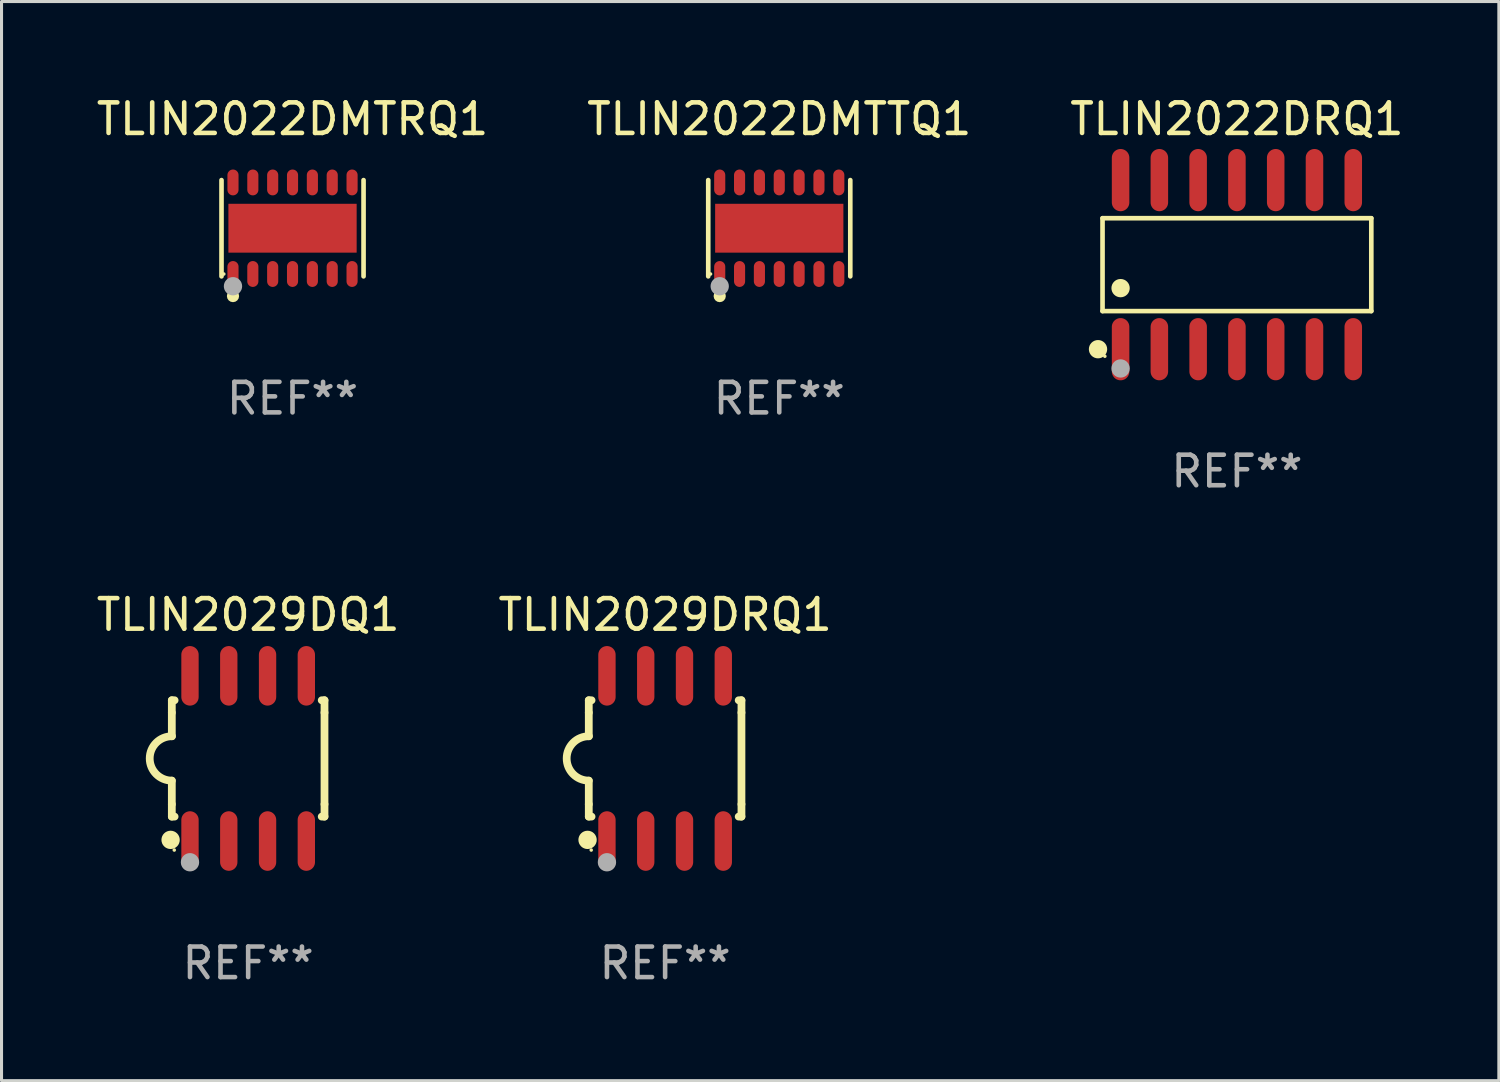
<source format=kicad_pcb>
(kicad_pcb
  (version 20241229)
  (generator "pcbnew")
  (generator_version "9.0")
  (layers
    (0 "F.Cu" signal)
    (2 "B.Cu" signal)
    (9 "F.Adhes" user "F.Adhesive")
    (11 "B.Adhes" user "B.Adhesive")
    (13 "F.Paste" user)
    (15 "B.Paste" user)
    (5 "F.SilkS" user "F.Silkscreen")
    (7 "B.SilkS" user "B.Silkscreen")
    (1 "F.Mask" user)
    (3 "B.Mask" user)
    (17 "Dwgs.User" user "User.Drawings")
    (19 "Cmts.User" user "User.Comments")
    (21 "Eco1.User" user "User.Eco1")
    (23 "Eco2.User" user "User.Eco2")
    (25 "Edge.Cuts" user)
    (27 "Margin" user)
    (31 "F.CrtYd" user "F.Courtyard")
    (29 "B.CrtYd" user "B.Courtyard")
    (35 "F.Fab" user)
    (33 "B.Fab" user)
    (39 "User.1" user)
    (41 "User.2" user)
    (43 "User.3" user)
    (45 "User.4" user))
  (footprint "TLIN2022DMTRQ1"
    (layer "F.Cu")
    (at 6.53 4.424)
    (property "Reference" "TLIN2022DMTRQ1" (at 0 -3.576 0) (layer "F.SilkS") (effects (font (size 1 1) (thickness 0.15))))
    (attr through_hole)
    (fp_line (start -2.326 1.576) (end -2.326 -1.576) (stroke (width 0.152) (type solid)) (layer "F.SilkS"))
    (fp_line (start 2.326 -1.576) (end 2.326 1.576) (stroke (width 0.152) (type solid)) (layer "F.SilkS"))
    (fp_circle (center -2.25 1.5) (end -2.22 1.5) (stroke (width 0.06) (type solid)) (fill no) (layer "F.SilkS"))
    (fp_circle (center -1.95 2.222) (end -1.85 2.222) (stroke (width 0.2) (type solid)) (fill no) (layer "F.SilkS"))
    (fp_circle (center -1.95 1.9) (end -1.8 1.9) (stroke (width 0.3) (type solid)) (fill no) (layer "F.Fab"))
    (fp_text user "REF**" (at 0 5.576 0) (layer "F.Fab") (effects (font (size 1 1) (thickness 0.15))))
    (pad "1" smd oval (at -1.95 1.499) (size 0.364 0.847) (layers "F.Cu" "F.Mask" "F.Paste"))
    (pad "2" smd oval (at -1.3 1.499) (size 0.364 0.847) (layers "F.Cu" "F.Mask" "F.Paste"))
    (pad "3" smd oval (at -0.65 1.499) (size 0.364 0.847) (layers "F.Cu" "F.Mask" "F.Paste"))
    (pad "4" smd oval (at 0 1.499) (size 0.364 0.847) (layers "F.Cu" "F.Mask" "F.Paste"))
    (pad "5" smd oval (at 0.65 1.499) (size 0.364 0.847) (layers "F.Cu" "F.Mask" "F.Paste"))
    (pad "6" smd oval (at 1.3 1.499) (size 0.364 0.847) (layers "F.Cu" "F.Mask" "F.Paste"))
    (pad "7" smd oval (at 1.95 1.499) (size 0.364 0.847) (layers "F.Cu" "F.Mask" "F.Paste"))
    (pad "8" smd oval (at 1.95 -1.499) (size 0.364 0.847) (layers "F.Cu" "F.Mask" "F.Paste"))
    (pad "9" smd oval (at 1.3 -1.499) (size 0.364 0.847) (layers "F.Cu" "F.Mask" "F.Paste"))
    (pad "10" smd oval (at 0.65 -1.499) (size 0.364 0.847) (layers "F.Cu" "F.Mask" "F.Paste"))
    (pad "11" smd oval (at 0 -1.499) (size 0.364 0.847) (layers "F.Cu" "F.Mask" "F.Paste"))
    (pad "12" smd oval (at -0.65 -1.499) (size 0.364 0.847) (layers "F.Cu" "F.Mask" "F.Paste"))
    (pad "13" smd oval (at -1.3 -1.499) (size 0.364 0.847) (layers "F.Cu" "F.Mask" "F.Paste"))
    (pad "14" smd oval (at -1.95 -1.499) (size 0.364 0.847) (layers "F.Cu" "F.Mask" "F.Paste"))
    (pad "15" smd rect (at 0 0) (size 4.2 1.6) (layers "F.Cu" "F.Mask" "F.Paste")))
  (footprint "TLIN2022DRQ1"
    (layer "F.Cu")
    (at 37.458 5.617)
    (property "Reference" "TLIN2022DRQ1" (at 0 -4.769 0) (layer "F.SilkS") (effects (font (size 1 1) (thickness 0.15))))
    (attr through_hole)
    (fp_line (start -4.401 -1.521) (end 4.401 -1.521) (stroke (width 0.152) (type solid)) (layer "F.SilkS"))
    (fp_line (start -4.401 1.521) (end -4.401 -1.521) (stroke (width 0.152) (type solid)) (layer "F.SilkS"))
    (fp_line (start 4.401 -1.521) (end 4.401 1.521) (stroke (width 0.152) (type solid)) (layer "F.SilkS"))
    (fp_line (start 4.401 1.521) (end -4.401 1.521) (stroke (width 0.152) (type solid)) (layer "F.SilkS"))
    (fp_circle (center -4.549 2.769) (end -4.399 2.769) (stroke (width 0.3) (type solid)) (fill no) (layer "F.SilkS"))
    (fp_circle (center -4.325 3) (end -4.295 3) (stroke (width 0.06) (type solid)) (fill no) (layer "F.SilkS"))
    (fp_circle (center -3.81 0.769) (end -3.66 0.769) (stroke (width 0.3) (type solid)) (fill no) (layer "F.SilkS"))
    (fp_circle (center -3.81 3.4) (end -3.66 3.4) (stroke (width 0.3) (type solid)) (fill no) (layer "F.Fab"))
    (fp_text user "REF**" (at 0 6.769 0) (layer "F.Fab") (effects (font (size 1 1) (thickness 0.15))))
    (pad "1" smd oval (at -3.81 2.769) (size 0.574 2.038) (layers "F.Cu" "F.Mask" "F.Paste"))
    (pad "2" smd oval (at -2.54 2.769) (size 0.574 2.038) (layers "F.Cu" "F.Mask" "F.Paste"))
    (pad "3" smd oval (at -1.27 2.769) (size 0.574 2.038) (layers "F.Cu" "F.Mask" "F.Paste"))
    (pad "4" smd oval (at 0 2.769) (size 0.574 2.038) (layers "F.Cu" "F.Mask" "F.Paste"))
    (pad "5" smd oval (at 1.27 2.769) (size 0.574 2.038) (layers "F.Cu" "F.Mask" "F.Paste"))
    (pad "6" smd oval (at 2.54 2.769) (size 0.574 2.038) (layers "F.Cu" "F.Mask" "F.Paste"))
    (pad "7" smd oval (at 3.81 2.769) (size 0.574 2.038) (layers "F.Cu" "F.Mask" "F.Paste"))
    (pad "8" smd oval (at 3.81 -2.769) (size 0.574 2.038) (layers "F.Cu" "F.Mask" "F.Paste"))
    (pad "9" smd oval (at 2.54 -2.769) (size 0.574 2.038) (layers "F.Cu" "F.Mask" "F.Paste"))
    (pad "10" smd oval (at 1.27 -2.769) (size 0.574 2.038) (layers "F.Cu" "F.Mask" "F.Paste"))
    (pad "11" smd oval (at 0 -2.769) (size 0.574 2.038) (layers "F.Cu" "F.Mask" "F.Paste"))
    (pad "12" smd oval (at -1.27 -2.769) (size 0.574 2.038) (layers "F.Cu" "F.Mask" "F.Paste"))
    (pad "13" smd oval (at -2.54 -2.769) (size 0.574 2.038) (layers "F.Cu" "F.Mask" "F.Paste"))
    (pad "14" smd oval (at -3.81 -2.769) (size 0.574 2.038) (layers "F.Cu" "F.Mask" "F.Paste")))
  (footprint "TLIN2022DMTTQ1"
    (layer "F.Cu")
    (at 22.47 4.424)
    (property "Reference" "TLIN2022DMTTQ1" (at 0 -3.576 0) (layer "F.SilkS") (effects (font (size 1 1) (thickness 0.15))))
    (attr through_hole)
    (fp_line (start -2.326 1.576) (end -2.326 -1.576) (stroke (width 0.152) (type solid)) (layer "F.SilkS"))
    (fp_line (start 2.326 -1.576) (end 2.326 1.576) (stroke (width 0.152) (type solid)) (layer "F.SilkS"))
    (fp_circle (center -2.25 1.5) (end -2.22 1.5) (stroke (width 0.06) (type solid)) (fill no) (layer "F.SilkS"))
    (fp_circle (center -1.95 2.222) (end -1.85 2.222) (stroke (width 0.2) (type solid)) (fill no) (layer "F.SilkS"))
    (fp_circle (center -1.95 1.9) (end -1.8 1.9) (stroke (width 0.3) (type solid)) (fill no) (layer "F.Fab"))
    (fp_text user "REF**" (at 0 5.576 0) (layer "F.Fab") (effects (font (size 1 1) (thickness 0.15))))
    (pad "1" smd oval (at -1.95 1.499) (size 0.364 0.847) (layers "F.Cu" "F.Mask" "F.Paste"))
    (pad "2" smd oval (at -1.3 1.499) (size 0.364 0.847) (layers "F.Cu" "F.Mask" "F.Paste"))
    (pad "3" smd oval (at -0.65 1.499) (size 0.364 0.847) (layers "F.Cu" "F.Mask" "F.Paste"))
    (pad "4" smd oval (at 0 1.499) (size 0.364 0.847) (layers "F.Cu" "F.Mask" "F.Paste"))
    (pad "5" smd oval (at 0.65 1.499) (size 0.364 0.847) (layers "F.Cu" "F.Mask" "F.Paste"))
    (pad "6" smd oval (at 1.3 1.499) (size 0.364 0.847) (layers "F.Cu" "F.Mask" "F.Paste"))
    (pad "7" smd oval (at 1.95 1.499) (size 0.364 0.847) (layers "F.Cu" "F.Mask" "F.Paste"))
    (pad "8" smd oval (at 1.95 -1.499) (size 0.364 0.847) (layers "F.Cu" "F.Mask" "F.Paste"))
    (pad "9" smd oval (at 1.3 -1.499) (size 0.364 0.847) (layers "F.Cu" "F.Mask" "F.Paste"))
    (pad "10" smd oval (at 0.65 -1.499) (size 0.364 0.847) (layers "F.Cu" "F.Mask" "F.Paste"))
    (pad "11" smd oval (at 0 -1.499) (size 0.364 0.847) (layers "F.Cu" "F.Mask" "F.Paste"))
    (pad "12" smd oval (at -0.65 -1.499) (size 0.364 0.847) (layers "F.Cu" "F.Mask" "F.Paste"))
    (pad "13" smd oval (at -1.3 -1.499) (size 0.364 0.847) (layers "F.Cu" "F.Mask" "F.Paste"))
    (pad "14" smd oval (at -1.95 -1.499) (size 0.364 0.847) (layers "F.Cu" "F.Mask" "F.Paste"))
    (pad "15" smd rect (at 0 0) (size 4.2 1.6) (layers "F.Cu" "F.Mask" "F.Paste")))
  (footprint "TLIN2029DQ1"
    (layer "F.Cu")
    (at 5.077 21.788)
    (property "Reference" "TLIN2029DQ1" (at 0 -4.705 0) (layer "F.SilkS") (effects (font (size 1 1) (thickness 0.15))))
    (attr through_hole)
    (fp_line (start -2.5 -1.905) (end -2.409 -1.905) (stroke (width 0.254) (type solid)) (layer "F.SilkS"))
    (fp_line (start -2.5 -1.5) (end -2.5 -1.905) (stroke (width 0.254) (type solid)) (layer "F.SilkS"))
    (fp_line (start -2.5 -1.5) (end -2.5 -0.726) (stroke (width 0.254) (type solid)) (layer "F.SilkS"))
    (fp_line (start -2.5 1.5) (end -2.5 0.727) (stroke (width 0.254) (type solid)) (layer "F.SilkS"))
    (fp_line (start -2.5 1.5) (end -2.5 1.905) (stroke (width 0.254) (type solid)) (layer "F.SilkS"))
    (fp_line (start -2.5 1.905) (end -2.409 1.905) (stroke (width 0.254) (type solid)) (layer "F.SilkS"))
    (fp_line (start 2.5 -1.905) (end 2.409 -1.905) (stroke (width 0.254) (type solid)) (layer "F.SilkS"))
    (fp_line (start 2.5 -1.5) (end 2.5 -1.905) (stroke (width 0.254) (type solid)) (layer "F.SilkS"))
    (fp_line (start 2.5 -1.5) (end 2.5 1.5) (stroke (width 0.254) (type solid)) (layer "F.SilkS"))
    (fp_line (start 2.5 1.5) (end 2.5 1.905) (stroke (width 0.254) (type solid)) (layer "F.SilkS"))
    (fp_line (start 2.5 1.905) (end 2.409 1.905) (stroke (width 0.254) (type solid)) (layer "F.SilkS"))
    (fp_arc (start -2.5 0.726568) (mid -3.220316 -0.0023) (end -2.495097 -0.726289) (stroke (width 0.254001) (type solid)) (layer "F.SilkS"))
    (fp_circle (center -2.54 2.667) (end -2.39 2.667) (stroke (width 0.3) (type solid)) (fill no) (layer "F.SilkS"))
    (fp_circle (center -2.42 3) (end -2.39 3) (stroke (width 0.06) (type solid)) (fill no) (layer "F.SilkS"))
    (fp_circle (center -1.905 3.4) (end -1.755 3.4) (stroke (width 0.3) (type solid)) (fill no) (layer "F.Fab"))
    (fp_text user "REF**" (at 0 6.705 0) (layer "F.Fab") (effects (font (size 1 1) (thickness 0.15))))
    (pad "1" smd oval (at -1.905 2.705) (size 0.568 1.95) (layers "F.Cu" "F.Mask" "F.Paste"))
    (pad "2" smd oval (at -0.635 2.705) (size 0.568 1.95) (layers "F.Cu" "F.Mask" "F.Paste"))
    (pad "3" smd oval (at 0.635 2.705) (size 0.568 1.95) (layers "F.Cu" "F.Mask" "F.Paste"))
    (pad "4" smd oval (at 1.905 2.705) (size 0.568 1.95) (layers "F.Cu" "F.Mask" "F.Paste"))
    (pad "5" smd oval (at 1.905 -2.705) (size 0.568 1.95) (layers "F.Cu" "F.Mask" "F.Paste"))
    (pad "6" smd oval (at 0.635 -2.705) (size 0.568 1.95) (layers "F.Cu" "F.Mask" "F.Paste"))
    (pad "7" smd oval (at -0.635 -2.705) (size 0.568 1.95) (layers "F.Cu" "F.Mask" "F.Paste"))
    (pad "8" smd oval (at -1.905 -2.705) (size 0.568 1.95) (layers "F.Cu" "F.Mask" "F.Paste")))
  (footprint "TLIN2029DRQ1"
    (layer "F.Cu")
    (at 18.732 21.788)
    (property "Reference" "TLIN2029DRQ1" (at 0 -4.705 0) (layer "F.SilkS") (effects (font (size 1 1) (thickness 0.15))))
    (attr through_hole)
    (fp_line (start -2.5 -1.905) (end -2.409 -1.905) (stroke (width 0.254) (type solid)) (layer "F.SilkS"))
    (fp_line (start -2.5 -1.5) (end -2.5 -1.905) (stroke (width 0.254) (type solid)) (layer "F.SilkS"))
    (fp_line (start -2.5 -1.5) (end -2.5 -0.726) (stroke (width 0.254) (type solid)) (layer "F.SilkS"))
    (fp_line (start -2.5 1.5) (end -2.5 0.727) (stroke (width 0.254) (type solid)) (layer "F.SilkS"))
    (fp_line (start -2.5 1.5) (end -2.5 1.905) (stroke (width 0.254) (type solid)) (layer "F.SilkS"))
    (fp_line (start -2.5 1.905) (end -2.409 1.905) (stroke (width 0.254) (type solid)) (layer "F.SilkS"))
    (fp_line (start 2.5 -1.905) (end 2.409 -1.905) (stroke (width 0.254) (type solid)) (layer "F.SilkS"))
    (fp_line (start 2.5 -1.5) (end 2.5 -1.905) (stroke (width 0.254) (type solid)) (layer "F.SilkS"))
    (fp_line (start 2.5 -1.5) (end 2.5 1.5) (stroke (width 0.254) (type solid)) (layer "F.SilkS"))
    (fp_line (start 2.5 1.5) (end 2.5 1.905) (stroke (width 0.254) (type solid)) (layer "F.SilkS"))
    (fp_line (start 2.5 1.905) (end 2.409 1.905) (stroke (width 0.254) (type solid)) (layer "F.SilkS"))
    (fp_arc (start -2.5 0.726568) (mid -3.220316 -0.0023) (end -2.495097 -0.726289) (stroke (width 0.254001) (type solid)) (layer "F.SilkS"))
    (fp_circle (center -2.54 2.667) (end -2.39 2.667) (stroke (width 0.3) (type solid)) (fill no) (layer "F.SilkS"))
    (fp_circle (center -2.42 3) (end -2.39 3) (stroke (width 0.06) (type solid)) (fill no) (layer "F.SilkS"))
    (fp_circle (center -1.905 3.4) (end -1.755 3.4) (stroke (width 0.3) (type solid)) (fill no) (layer "F.Fab"))
    (fp_text user "REF**" (at 0 6.705 0) (layer "F.Fab") (effects (font (size 1 1) (thickness 0.15))))
    (pad "1" smd oval (at -1.905 2.705) (size 0.568 1.95) (layers "F.Cu" "F.Mask" "F.Paste"))
    (pad "2" smd oval (at -0.635 2.705) (size 0.568 1.95) (layers "F.Cu" "F.Mask" "F.Paste"))
    (pad "3" smd oval (at 0.635 2.705) (size 0.568 1.95) (layers "F.Cu" "F.Mask" "F.Paste"))
    (pad "4" smd oval (at 1.905 2.705) (size 0.568 1.95) (layers "F.Cu" "F.Mask" "F.Paste"))
    (pad "5" smd oval (at 1.905 -2.705) (size 0.568 1.95) (layers "F.Cu" "F.Mask" "F.Paste"))
    (pad "6" smd oval (at 0.635 -2.705) (size 0.568 1.95) (layers "F.Cu" "F.Mask" "F.Paste"))
    (pad "7" smd oval (at -0.635 -2.705) (size 0.568 1.95) (layers "F.Cu" "F.Mask" "F.Paste"))
    (pad "8" smd oval (at -1.905 -2.705) (size 0.568 1.95) (layers "F.Cu" "F.Mask" "F.Paste")))
  (gr_rect
    (start -3 -3)
    (end 46.036 32.341)
    (stroke (width 0.1) (type default))
    (fill no)
    (layer "Edge.Cuts")))
</source>
